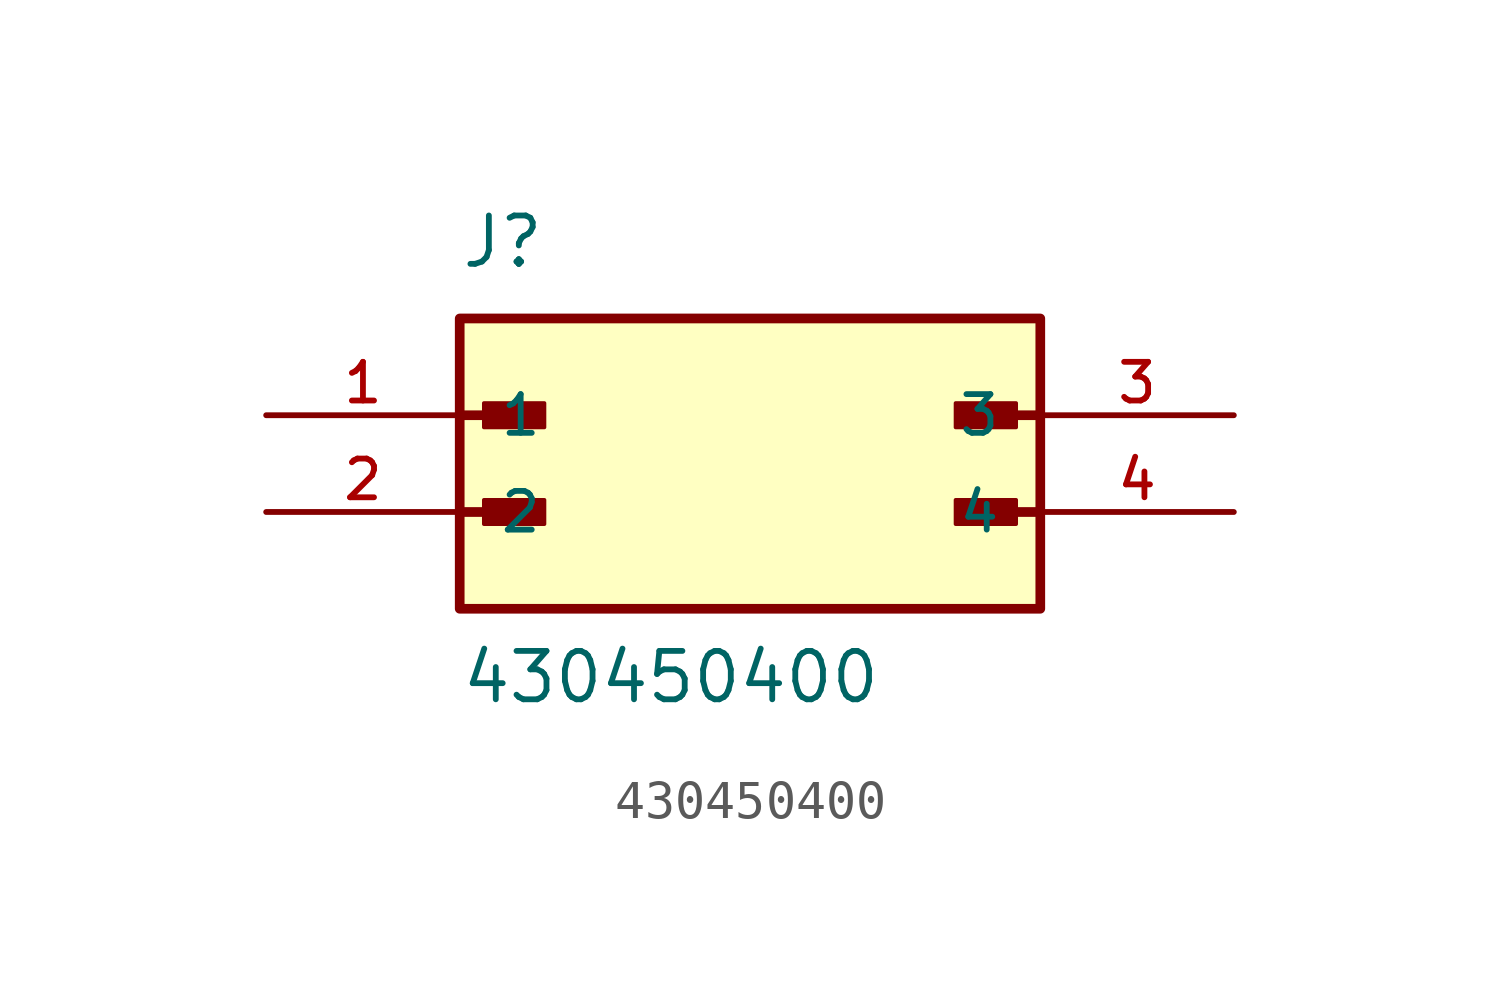
<source format=kicad_sym>
(kicad_symbol_lib
  (version 20211014)
  (generator kicad_symbol_editor)
  (symbol "430450400"
    (pin_names
      (offset 1.016))
    (property "Reference" "J"
      (at -7.62 3.81 0)
      (effects (font (size 1.27 1.27)) (justify bottom left)))
    (property "Value" "430450400"
      (at -7.62 -7.62 0)
      (effects (font (size 1.27 1.27)) (justify bottom left)))
    (symbol "430450400_0_0"
      (polyline (pts (xy -7.62 0.0) (xy -5.715 0.0)) (stroke (width 0.254)))
      (rectangle (start -6.985 -0.318) (end -5.397 0.318) (stroke (width 0.1)) (fill (type outline)))
      (polyline (pts (xy -7.62 -2.54) (xy -5.715 -2.54)) (stroke (width 0.254)))
      (rectangle (start -6.985 -2.857) (end -5.397 -2.223) (stroke (width 0.1)) (fill (type outline)))
      (polyline (pts (xy 7.62 0.0) (xy 5.715 0.0)) (stroke (width 0.254)))
      (rectangle (start 5.397 -0.318) (end 6.985 0.318) (stroke (width 0.1)) (fill (type outline)))
      (polyline (pts (xy 7.62 -2.54) (xy 5.715 -2.54)) (stroke (width 0.254)))
      (rectangle (start 5.397 -2.857) (end 6.985 -2.223) (stroke (width 0.1)) (fill (type outline)))
      (rectangle (start -7.62 -5.08) (end 7.62 2.54) (stroke (width 0.254)) (fill (type background)))
      (pin passive line (at -12.7 0.0 0) (length 5.08) (name "1" (effects (font (size 1.016 1.016)))) (number "1" (effects (font (size 1.016 1.016)))))
      (pin passive line (at -12.7 -2.54 0) (length 5.08) (name "2" (effects (font (size 1.016 1.016)))) (number "2" (effects (font (size 1.016 1.016)))))
      (pin passive line (at 12.7 0.0 180.0) (length 5.08) (name "3" (effects (font (size 1.016 1.016)))) (number "3" (effects (font (size 1.016 1.016)))))
      (pin passive line (at 12.7 -2.54 180.0) (length 5.08) (name "4" (effects (font (size 1.016 1.016)))) (number "4" (effects (font (size 1.016 1.016))))))))
</source>
